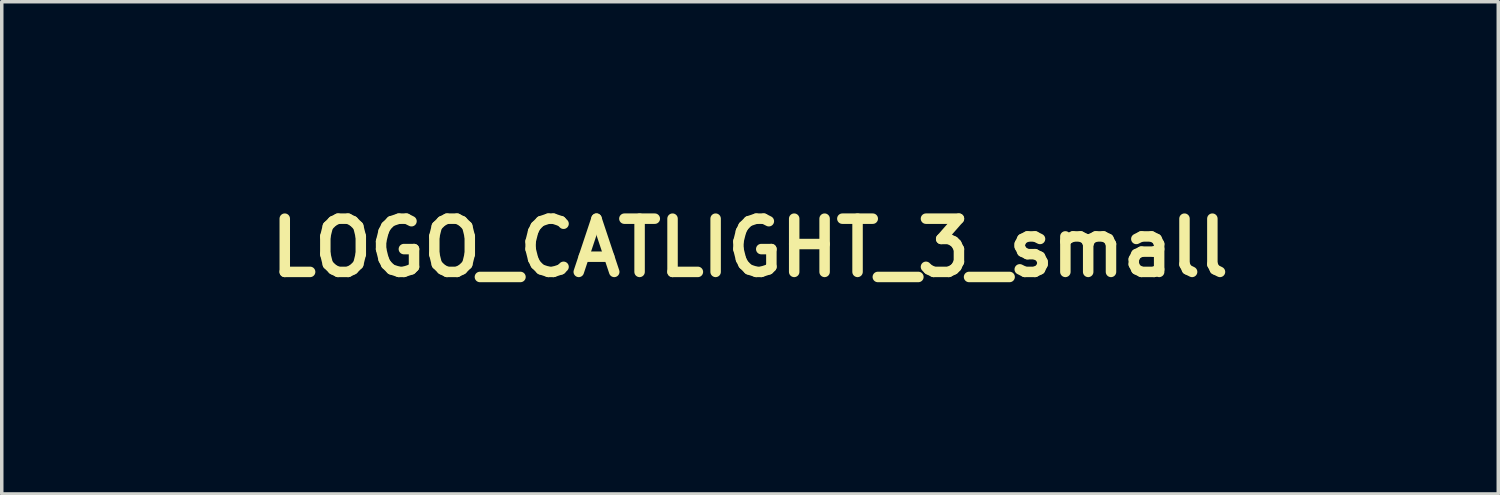
<source format=kicad_pcb>
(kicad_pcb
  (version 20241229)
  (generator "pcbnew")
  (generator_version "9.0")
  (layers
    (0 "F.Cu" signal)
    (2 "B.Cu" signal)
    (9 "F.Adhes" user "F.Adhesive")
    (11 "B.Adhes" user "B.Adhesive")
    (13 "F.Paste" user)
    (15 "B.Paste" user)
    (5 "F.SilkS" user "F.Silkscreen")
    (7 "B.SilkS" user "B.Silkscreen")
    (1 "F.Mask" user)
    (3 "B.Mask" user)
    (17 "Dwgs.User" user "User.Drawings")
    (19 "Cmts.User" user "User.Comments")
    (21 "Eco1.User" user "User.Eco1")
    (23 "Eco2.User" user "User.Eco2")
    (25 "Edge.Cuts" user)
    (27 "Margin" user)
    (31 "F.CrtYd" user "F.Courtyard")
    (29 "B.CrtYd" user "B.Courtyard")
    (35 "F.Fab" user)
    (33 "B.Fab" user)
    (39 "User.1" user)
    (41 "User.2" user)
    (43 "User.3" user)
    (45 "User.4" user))
  (footprint "LOGO_CATLIGHT_3_small"
    (layer "F.Cu")
    (at 18.421 4.046)
    (property "Reference" "LOGO_CATLIGHT_3_small" (at 0 0 0) (layer "F.SilkS") (effects (font (size 1.524 1.524) (thickness 0.3))))
    (attr board_only exclude_from_pos_files exclude_from_bom)
    (fp_poly (pts (xy 6.848 -0.356) (xy 7.001 -0.35) (xy 7.001 0.35) (xy 6.848 0.356) (xy 6.694 0.362) (xy 6.694 -0.362)) (stroke (width 0) (type solid)) (fill yes) (layer "F.Mask"))
    (fp_poly (pts (xy 7.258 -0.589) (xy 7.404 -0.583) (xy 7.415 0.593) (xy 7.258 0.593) (xy 7.173 0.591) (xy 7.121 0.584) (xy 7.095 0.57) (xy 7.088 0.56) (xy 7.084 0.527) (xy 7.081 0.46) (xy 7.078 0.366) (xy 7.077 0.251) (xy 7.076 0.122) (xy 7.076 -0.013) (xy 7.077 -0.147) (xy 7.079 -0.274) (xy 7.082 -0.387) (xy 7.085 -0.478) (xy 7.089 -0.541) (xy 7.094 -0.568) (xy 7.122 -0.584) (xy 7.183 -0.59)) (stroke (width 0) (type solid)) (fill yes) (layer "F.Mask"))
    (fp_poly (pts (xy 2.254 -0.154) (xy 2.195 -0.07) (xy 2.123 0.032) (xy 2.041 0.149) (xy 1.952 0.275) (xy 1.859 0.405) (xy 1.766 0.535) (xy 1.677 0.661) (xy 1.594 0.776) (xy 1.521 0.877) (xy 1.462 0.959) (xy 1.42 1.016) (xy 1.399 1.045) (xy 1.397 1.047) (xy 1.376 1.047) (xy 1.363 1.026) (xy 1.341 0.966) (xy 1.312 0.88) (xy 1.278 0.778) (xy 1.242 0.664) (xy 1.206 0.548) (xy 1.171 0.435) (xy 1.14 0.333) (xy 1.116 0.249) (xy 1.1 0.191) (xy 1.095 0.165) (xy 1.095 0.164) (xy 1.118 0.158) (xy 1.176 0.153) (xy 1.258 0.15) (xy 1.357 0.148) (xy 1.455 0.147) (xy 1.535 0.144) (xy 1.589 0.139) (xy 1.61 0.133) (xy 1.61 0.132) (xy 1.603 0.107) (xy 1.587 0.05) (xy 1.562 -0.03) (xy 1.535 -0.115) (xy 1.506 -0.207) (xy 1.483 -0.283) (xy 1.467 -0.334) (xy 1.462 -0.353) (xy 1.482 -0.355) (xy 1.538 -0.357) (xy 1.625 -0.358) (xy 1.736 -0.359) (xy 1.866 -0.36) (xy 1.929 -0.36) (xy 2.397 -0.36)) (stroke (width 0) (type solid)) (fill yes) (layer "F.Mask"))
    (fp_poly (pts (xy 11.079 -0.339) (xy 12.242 -0.339) (xy 12.498 -0.339) (xy 12.714 -0.338) (xy 12.894 -0.339) (xy 13.042 -0.34) (xy 13.16 -0.342) (xy 13.252 -0.347) (xy 13.321 -0.354) (xy 13.37 -0.363) (xy 13.403 -0.376) (xy 13.422 -0.393) (xy 13.432 -0.415) (xy 13.434 -0.441) (xy 13.433 -0.473) (xy 13.431 -0.51) (xy 13.431 -0.521) (xy 13.431 -0.636) (xy 14.236 -0.636) (xy 14.236 0.678) (xy 13.431 0.678) (xy 13.431 0.584) (xy 13.432 0.55) (xy 13.433 0.521) (xy 13.432 0.496) (xy 13.423 0.476) (xy 13.406 0.46) (xy 13.375 0.448) (xy 13.329 0.439) (xy 13.263 0.432) (xy 13.175 0.428) (xy 13.061 0.425) (xy 12.918 0.424) (xy 12.743 0.423) (xy 12.533 0.423) (xy 12.284 0.424) (xy 12.242 0.424) (xy 11.08 0.424) (xy 11.074 1.34) (xy 11.069 2.256) (xy 10.686 2.262) (xy 10.563 2.263) (xy 10.455 2.262) (xy 10.368 2.26) (xy 10.31 2.257) (xy 10.289 2.253) (xy 10.287 2.23) (xy 10.285 2.168) (xy 10.283 2.069) (xy 10.282 1.936) (xy 10.28 1.772) (xy 10.279 1.58) (xy 10.277 1.362) (xy 10.276 1.122) (xy 10.275 0.862) (xy 10.275 0.584) (xy 10.274 0.293) (xy 10.274 0.06) (xy 10.274 -2.118) (xy 11.079 -2.118)) (stroke (width 0) (type solid)) (fill yes) (layer "F.Mask"))
    (fp_poly (pts (xy 8.813 -1.358) (xy 7.738 -1.351) (xy 7.496 -1.349) (xy 7.294 -1.348) (xy 7.126 -1.346) (xy 6.988 -1.344) (xy 6.877 -1.342) (xy 6.789 -1.339) (xy 6.72 -1.335) (xy 6.666 -1.33) (xy 6.622 -1.324) (xy 6.586 -1.316) (xy 6.553 -1.307) (xy 6.519 -1.296) (xy 6.514 -1.295) (xy 6.403 -1.255) (xy 6.319 -1.219) (xy 6.251 -1.178) (xy 6.183 -1.125) (xy 6.126 -1.072) (xy 6.016 -0.946) (xy 5.928 -0.792) (xy 5.857 -0.606) (xy 5.842 -0.554) (xy 5.826 -0.493) (xy 5.815 -0.433) (xy 5.807 -0.366) (xy 5.801 -0.285) (xy 5.798 -0.181) (xy 5.796 -0.048) (xy 5.796 0.064) (xy 5.796 0.219) (xy 5.797 0.34) (xy 5.8 0.434) (xy 5.806 0.509) (xy 5.815 0.572) (xy 5.827 0.632) (xy 5.843 0.695) (xy 5.843 0.697) (xy 5.912 0.9) (xy 6 1.068) (xy 6.109 1.204) (xy 6.241 1.312) (xy 6.31 1.353) (xy 6.385 1.39) (xy 6.458 1.421) (xy 6.533 1.445) (xy 6.618 1.463) (xy 6.717 1.475) (xy 6.836 1.484) (xy 6.982 1.489) (xy 7.16 1.492) (xy 7.319 1.492) (xy 7.912 1.493) (xy 8.034 1.437) (xy 8.152 1.359) (xy 8.24 1.253) (xy 8.297 1.117) (xy 8.323 0.953) (xy 8.325 0.89) (xy 8.317 0.748) (xy 8.289 0.634) (xy 8.24 0.535) (xy 8.235 0.528) (xy 8.181 0.465) (xy 8.115 0.41) (xy 8.05 0.372) (xy 8.005 0.36) (xy 7.988 0.363) (xy 7.977 0.377) (xy 7.97 0.409) (xy 7.967 0.465) (xy 7.965 0.553) (xy 7.965 0.626) (xy 7.965 0.891) (xy 7.738 0.885) (xy 7.51 0.879) (xy 7.51 -0.858) (xy 7.955 -0.858) (xy 7.967 -0.363) (xy 8.067 -0.349) (xy 8.29 -0.302) (xy 8.484 -0.224) (xy 8.649 -0.116) (xy 8.785 0.023) (xy 8.893 0.193) (xy 8.905 0.217) (xy 8.955 0.332) (xy 8.991 0.436) (xy 9.015 0.542) (xy 9.028 0.661) (xy 9.034 0.805) (xy 9.034 0.9) (xy 9.029 1.089) (xy 9.013 1.246) (xy 8.986 1.384) (xy 8.943 1.513) (xy 8.892 1.63) (xy 8.813 1.757) (xy 8.706 1.885) (xy 8.583 2.001) (xy 8.455 2.093) (xy 8.417 2.114) (xy 8.321 2.161) (xy 8.227 2.197) (xy 8.127 2.225) (xy 8.014 2.246) (xy 7.881 2.26) (xy 7.721 2.27) (xy 7.527 2.275) (xy 7.478 2.276) (xy 7.323 2.278) (xy 7.167 2.278) (xy 7.02 2.276) (xy 6.893 2.273) (xy 6.795 2.269) (xy 6.779 2.268) (xy 6.474 2.228) (xy 6.197 2.157) (xy 5.949 2.054) (xy 5.73 1.921) (xy 5.539 1.756) (xy 5.377 1.56) (xy 5.244 1.334) (xy 5.14 1.076) (xy 5.064 0.787) (xy 5.018 0.467) (xy 5 0.116) (xy 5 0.07) (xy 5.012 -0.271) (xy 5.05 -0.579) (xy 5.113 -0.856) (xy 5.202 -1.104) (xy 5.319 -1.327) (xy 5.464 -1.525) (xy 5.599 -1.665) (xy 5.8 -1.824) (xy 6.028 -1.95) (xy 6.282 -2.044) (xy 6.565 -2.106) (xy 6.641 -2.116) (xy 6.71 -2.122) (xy 6.816 -2.127) (xy 6.957 -2.131) (xy 7.129 -2.134) (xy 7.327 -2.137) (xy 7.547 -2.139) (xy 7.785 -2.14) (xy 7.822 -2.14) (xy 8.813 -2.14)) (stroke (width 0) (type solid)) (fill yes) (layer "F.Mask"))
    (fp_poly (pts (xy 18.43 -2.627) (xy 17.355 -2.622) (xy 16.28 -2.616) (xy 16.275 -1.901) (xy 16.269 -1.187) (xy 15.258 -1.181) (xy 14.246 -1.176) (xy 14.24 -1.054) (xy 14.234 -0.932) (xy 13.431 -0.932) (xy 13.431 -2.118) (xy 14.234 -2.118) (xy 14.246 -1.832) (xy 14.739 -1.827) (xy 15.232 -1.821) (xy 15.227 -2.219) (xy 15.221 -2.616) (xy 9.242 -2.622) (xy 3.262 -2.627) (xy 3.262 -1.123) (xy 4.004 -1.123) (xy 4.004 -0.53) (xy 3.517 -0.525) (xy 3.031 -0.519) (xy 3.56 0.268) (xy 3.669 0.432) (xy 3.771 0.585) (xy 3.863 0.724) (xy 3.942 0.845) (xy 4.007 0.945) (xy 4.054 1.019) (xy 4.082 1.065) (xy 4.089 1.079) (xy 4.07 1.088) (xy 4.014 1.094) (xy 3.919 1.099) (xy 3.785 1.101) (xy 3.665 1.102) (xy 3.241 1.102) (xy 3.241 2.839) (xy 15.253 2.839) (xy 15.253 1.863) (xy 14.75 1.869) (xy 14.246 1.875) (xy 14.236 2.065) (xy 14.225 2.256) (xy 13.441 2.256) (xy 13.436 1.615) (xy 13.43 0.974) (xy 14.236 0.974) (xy 14.236 1.101) (xy 14.238 1.173) (xy 14.245 1.213) (xy 14.262 1.232) (xy 14.284 1.24) (xy 14.316 1.242) (xy 14.386 1.245) (xy 14.486 1.246) (xy 14.611 1.247) (xy 14.756 1.247) (xy 14.915 1.246) (xy 14.967 1.245) (xy 15.602 1.239) (xy 15.608 0.789) (xy 15.614 0.339) (xy 15.119 0.339) (xy 14.9 0.498) (xy 14.815 0.558) (xy 14.743 0.607) (xy 14.689 0.642) (xy 14.661 0.657) (xy 14.66 0.657) (xy 14.653 0.636) (xy 14.647 0.574) (xy 14.643 0.473) (xy 14.64 0.333) (xy 14.639 0.158) (xy 14.638 0.021) (xy 14.639 -0.168) (xy 14.64 -0.318) (xy 14.642 -0.433) (xy 14.646 -0.517) (xy 14.65 -0.572) (xy 14.656 -0.603) (xy 14.664 -0.614) (xy 14.665 -0.614) (xy 14.692 -0.601) (xy 14.744 -0.569) (xy 14.815 -0.52) (xy 14.892 -0.465) (xy 15.093 -0.318) (xy 16.248 -0.318) (xy 16.248 4.026) (xy 8.543 4.019) (xy 7.861 4.018) (xy 7.221 4.018) (xy 6.62 4.017) (xy 6.058 4.017) (xy 5.533 4.016) (xy 5.044 4.016) (xy 4.59 4.015) (xy 4.169 4.014) (xy 3.779 4.014) (xy 3.42 4.013) (xy 3.091 4.012) (xy 2.79 4.011) (xy 2.515 4.01) (xy 2.266 4.009) (xy 2.041 4.008) (xy 1.838 4.007) (xy 1.657 4.006) (xy 1.497 4.005) (xy 1.355 4.003) (xy 1.231 4.002) (xy 1.123 4) (xy 1.03 3.998) (xy 0.95 3.996) (xy 0.884 3.994) (xy 0.828 3.992) (xy 0.782 3.99) (xy 0.744 3.987) (xy 0.713 3.984) (xy 0.689 3.981) (xy 0.669 3.978) (xy 0.657 3.976) (xy 0.334 3.894) (xy 0.045 3.785) (xy -0.213 3.648) (xy -0.439 3.484) (xy -0.633 3.292) (xy -0.796 3.072) (xy -0.928 2.823) (xy -1.029 2.545) (xy -1.064 2.41) (xy -1.071 2.379) (xy -1.078 2.349) (xy -1.083 2.316) (xy -1.088 2.28) (xy -1.093 2.236) (xy -1.097 2.182) (xy -1.1 2.117) (xy -1.103 2.037) (xy -1.106 1.941) (xy -1.108 1.825) (xy -1.11 1.687) (xy -1.112 1.524) (xy -1.113 1.335) (xy -1.115 1.117) (xy -1.116 0.866) (xy -1.118 0.582) (xy -1.12 0.261) (xy -1.121 -0.1) (xy -1.122 -0.201) (xy -1.133 -2.616) (xy 0.053 -2.616) (xy 0.053 -0.339) (xy 0.053 0.022) (xy 0.053 0.343) (xy 0.053 0.627) (xy 0.054 0.876) (xy 0.054 1.093) (xy 0.055 1.28) (xy 0.056 1.44) (xy 0.058 1.575) (xy 0.06 1.688) (xy 0.062 1.781) (xy 0.065 1.857) (xy 0.068 1.918) (xy 0.072 1.968) (xy 0.076 2.008) (xy 0.081 2.04) (xy 0.087 2.068) (xy 0.093 2.094) (xy 0.143 2.236) (xy 0.217 2.373) (xy 0.305 2.491) (xy 0.377 2.56) (xy 0.514 2.649) (xy 0.677 2.726) (xy 0.854 2.787) (xy 1.027 2.824) (xy 1.064 2.826) (xy 1.136 2.828) (xy 1.241 2.83) (xy 1.371 2.832) (xy 1.521 2.834) (xy 1.686 2.835) (xy 1.795 2.836) (xy 2.5 2.839) (xy 2.5 1.102) (xy 2.087 1.102) (xy 1.925 1.101) (xy 1.804 1.097) (xy 1.723 1.092) (xy 1.681 1.085) (xy 1.674 1.079) (xy 1.685 1.057) (xy 1.718 1.004) (xy 1.77 0.922) (xy 1.838 0.817) (xy 1.921 0.691) (xy 2.015 0.549) (xy 2.119 0.393) (xy 2.203 0.268) (xy 2.732 -0.519) (xy 1.779 -0.53) (xy 1.779 -1.122) (xy 2.145 -1.128) (xy 2.51 -1.133) (xy 2.51 -2.616) (xy 0.053 -2.616) (xy -1.133 -2.616) (xy -1.668 -2.616) (xy -1.798 -2.616) (xy -1.962 -2.616) (xy -2.156 -2.615) (xy -2.373 -2.614) (xy -2.605 -2.614) (xy -2.846 -2.613) (xy -3.089 -2.612) (xy -3.328 -2.611) (xy -3.347 -2.611) (xy -4.491 -2.606) (xy -4.491 4.047) (xy -6.234 4.036) (xy -6.632 3.029) (xy -6.711 2.832) (xy -6.784 2.646) (xy -6.853 2.475) (xy -6.913 2.323) (xy -6.965 2.193) (xy -7.006 2.09) (xy -7.036 2.017) (xy -7.052 1.979) (xy -7.053 1.975) (xy -7.062 1.958) (xy -7.074 1.946) (xy -7.097 1.938) (xy -7.135 1.933) (xy -7.195 1.93) (xy -7.282 1.93) (xy -7.404 1.932) (xy -7.473 1.933) (xy -7.87 1.938) (xy -7.883 2.224) (xy -10.103 2.224) (xy -10.116 1.938) (xy -10.467 1.933) (xy -10.607 1.931) (xy -10.71 1.932) (xy -10.779 1.936) (xy -10.821 1.944) (xy -10.84 1.954) (xy -10.853 1.98) (xy -10.88 2.04) (xy -10.918 2.128) (xy -10.966 2.24) (xy -11.02 2.371) (xy -11.079 2.513) (xy -11.087 2.532) (xy -11.16 2.709) (xy -11.24 2.905) (xy -11.323 3.107) (xy -11.404 3.302) (xy -11.476 3.478) (xy -11.51 3.559) (xy -11.707 4.036) (xy -12.447 4.037) (xy -12.622 4.037) (xy -12.832 4.036) (xy -13.067 4.035) (xy -13.321 4.033) (xy -13.585 4.032) (xy -13.85 4.029) (xy -14.109 4.027) (xy -14.321 4.025) (xy -14.572 4.022) (xy -14.786 4.019) (xy -14.965 4.016) (xy -15.115 4.013) (xy -15.239 4.009) (xy -15.341 4.005) (xy -15.425 4.001) (xy -15.497 3.995) (xy -15.559 3.988) (xy -15.616 3.98) (xy -15.672 3.971) (xy -15.7 3.966) (xy -16.065 3.882) (xy -16.398 3.775) (xy -16.703 3.641) (xy -16.983 3.48) (xy -17.243 3.29) (xy -17.263 3.274) (xy -17.492 3.059) (xy -17.696 2.817) (xy -17.874 2.547) (xy -18.027 2.247) (xy -18.157 1.916) (xy -18.263 1.553) (xy -18.346 1.155) (xy -18.381 0.932) (xy -18.395 0.802) (xy -18.407 0.638) (xy -18.415 0.448) (xy -18.42 0.24) (xy -18.421 0.023) (xy -18.421 -0.011) (xy -17.021 -0.011) (xy -17.021 0.186) (xy -17.019 0.346) (xy -17.016 0.477) (xy -17.011 0.586) (xy -17.004 0.678) (xy -16.994 0.761) (xy -16.983 0.831) (xy -16.917 1.149) (xy -16.832 1.431) (xy -16.727 1.677) (xy -16.599 1.891) (xy -16.449 2.074) (xy -16.273 2.228) (xy -16.072 2.355) (xy -15.844 2.456) (xy -15.792 2.474) (xy -15.658 2.513) (xy -15.498 2.548) (xy -15.331 2.577) (xy -15.173 2.596) (xy -15.078 2.602) (xy -14.977 2.606) (xy -14.977 2.419) (xy -14.968 2.252) (xy -14.94 2.117) (xy -14.891 2.005) (xy -14.839 1.933) (xy -14.804 1.893) (xy -14.784 1.867) (xy -14.784 1.849) (xy -14.809 1.836) (xy -14.863 1.824) (xy -14.951 1.808) (xy -14.998 1.8) (xy -15.245 1.739) (xy -15.46 1.649) (xy -15.644 1.53) (xy -15.797 1.383) (xy -15.919 1.207) (xy -16.009 1.002) (xy -16.07 0.767) (xy -16.077 0.724) (xy -16.101 0.473) (xy -16.091 0.245) (xy -16.046 0.037) (xy -15.966 -0.154) (xy -15.875 -0.3) (xy -15.834 -0.36) (xy -15.817 -0.4) (xy -15.818 -0.436) (xy -15.825 -0.456) (xy -15.851 -0.565) (xy -15.86 -0.699) (xy -15.852 -0.842) (xy -15.827 -0.981) (xy -15.826 -0.984) (xy -15.803 -1.064) (xy -15.779 -1.128) (xy -15.76 -1.164) (xy -15.756 -1.168) (xy -15.704 -1.179) (xy -15.623 -1.171) (xy -15.521 -1.147) (xy -15.405 -1.107) (xy -15.283 -1.056) (xy -15.162 -0.994) (xy -15.114 -0.967) (xy -14.962 -0.876) (xy -14.781 -0.912) (xy -14.55 -0.948) (xy -14.309 -0.965) (xy -14.069 -0.963) (xy -13.841 -0.943) (xy -13.639 -0.905) (xy -13.625 -0.901) (xy -13.511 -0.871) (xy -13.328 -0.976) (xy -13.21 -1.038) (xy -13.088 -1.093) (xy -12.971 -1.136) (xy -12.868 -1.165) (xy -12.787 -1.177) (xy -12.751 -1.175) (xy -12.71 -1.157) (xy -12.68 -1.118) (xy -12.658 -1.063) (xy -12.629 -0.947) (xy -12.612 -0.808) (xy -12.609 -0.666) (xy -12.62 -0.538) (xy -12.625 -0.513) (xy -12.651 -0.389) (xy -12.565 -0.266) (xy -12.494 -0.156) (xy -12.444 -0.053) (xy -12.41 0.055) (xy -12.389 0.179) (xy -12.378 0.332) (xy -12.377 0.363) (xy -12.382 0.635) (xy -12.42 0.879) (xy -12.489 1.095) (xy -12.591 1.284) (xy -12.725 1.446) (xy -12.891 1.58) (xy -13.09 1.687) (xy -13.321 1.767) (xy -13.371 1.779) (xy -13.46 1.799) (xy -13.539 1.814) (xy -13.595 1.821) (xy -13.604 1.822) (xy -13.656 1.83) (xy -13.673 1.855) (xy -13.654 1.9) (xy -13.616 1.949) (xy -13.564 2.021) (xy -13.527 2.101) (xy -13.501 2.199) (xy -13.485 2.325) (xy -13.479 2.408) (xy -13.467 2.606) (xy -13.031 2.606) (xy -12.594 2.606) (xy -12.497 2.367) (xy -12.443 2.238) (xy -12.379 2.081) (xy -12.304 1.9) (xy -12.22 1.697) (xy -12.219 1.695) (xy -10.738 1.695) (xy -10.107 1.695) (xy -10.094 1.409) (xy -7.891 1.409) (xy -7.87 1.684) (xy -7.161 1.696) (xy -7.201 1.595) (xy -7.215 1.56) (xy -7.243 1.488) (xy -7.284 1.384) (xy -7.337 1.249) (xy -7.401 1.088) (xy -7.475 0.903) (xy -7.556 0.698) (xy -7.644 0.475) (xy -7.738 0.237) (xy -7.837 -0.011) (xy -7.889 -0.144) (xy -7.989 -0.396) (xy -8.085 -0.638) (xy -8.176 -0.866) (xy -8.26 -1.078) (xy -8.337 -1.27) (xy -8.405 -1.44) (xy -8.463 -1.584) (xy -8.51 -1.7) (xy -8.544 -1.783) (xy -8.564 -1.833) (xy -8.569 -1.844) (xy -8.641 -1.939) (xy -8.736 -2.005) (xy -8.846 -2.041) (xy -8.962 -2.045) (xy -9.076 -2.016) (xy -9.173 -1.956) (xy -9.228 -1.898) (xy -9.274 -1.83) (xy -9.277 -1.824) (xy -9.291 -1.795) (xy -9.319 -1.729) (xy -9.36 -1.63) (xy -9.414 -1.502) (xy -9.479 -1.347) (xy -9.553 -1.169) (xy -9.636 -0.971) (xy -9.725 -0.756) (xy -9.82 -0.528) (xy -9.919 -0.289) (xy -10.022 -0.042) (xy -10.125 0.208) (xy -10.229 0.46) (xy -10.332 0.709) (xy -10.433 0.953) (xy -10.53 1.188) (xy -10.622 1.411) (xy -10.632 1.435) (xy -10.738 1.695) (xy -12.219 1.695) (xy -12.128 1.475) (xy -12.03 1.237) (xy -11.926 0.986) (xy -11.817 0.724) (xy -11.706 0.455) (xy -11.592 0.182) (xy -11.478 -0.093) (xy -11.364 -0.367) (xy -11.252 -0.637) (xy -11.142 -0.901) (xy -11.037 -1.154) (xy -10.937 -1.395) (xy -10.843 -1.62) (xy -10.757 -1.827) (xy -10.679 -2.012) (xy -10.611 -2.174) (xy -10.555 -2.308) (xy -10.511 -2.413) (xy -10.48 -2.485) (xy -10.464 -2.522) (xy -10.463 -2.525) (xy -10.438 -2.577) (xy -10.437 -2.579) (xy -7.385 -2.579) (xy -7.376 -2.556) (xy -7.351 -2.496) (xy -7.314 -2.403) (xy -7.264 -2.278) (xy -7.202 -2.126) (xy -7.131 -1.948) (xy -7.051 -1.747) (xy -6.962 -1.526) (xy -6.867 -1.288) (xy -6.766 -1.036) (xy -6.661 -0.772) (xy -6.638 -0.715) (xy -6.532 -0.45) (xy -6.43 -0.196) (xy -6.334 0.044) (xy -6.244 0.266) (xy -6.163 0.469) (xy -6.09 0.65) (xy -6.027 0.805) (xy -5.975 0.933) (xy -5.935 1.03) (xy -5.909 1.094) (xy -5.897 1.122) (xy -5.896 1.123) (xy -5.895 1.102) (xy -5.894 1.042) (xy -5.893 0.946) (xy -5.892 0.816) (xy -5.892 0.656) (xy -5.891 0.469) (xy -5.89 0.258) (xy -5.89 0.025) (xy -5.89 -0.226) (xy -5.889 -0.492) (xy -5.889 -0.741) (xy -5.889 -2.606) (xy -6.644 -2.606) (xy -6.849 -2.605) (xy -7.016 -2.604) (xy -7.147 -2.603) (xy -7.246 -2.6) (xy -7.316 -2.597) (xy -7.36 -2.592) (xy -7.382 -2.586) (xy -7.385 -2.579) (xy -10.437 -2.579) (xy -10.424 -2.611) (xy -10.423 -2.616) (xy -10.443 -2.618) (xy -10.504 -2.619) (xy -10.601 -2.62) (xy -10.733 -2.621) (xy -10.897 -2.622) (xy -11.09 -2.623) (xy -11.31 -2.623) (xy -11.553 -2.623) (xy -11.818 -2.623) (xy -12.101 -2.623) (xy -12.4 -2.622) (xy -12.712 -2.622) (xy -12.864 -2.621) (xy -15.306 -2.614) (xy -15.517 -2.566) (xy -15.787 -2.49) (xy -16.026 -2.392) (xy -16.235 -2.269) (xy -16.417 -2.119) (xy -16.573 -1.941) (xy -16.704 -1.732) (xy -16.813 -1.49) (xy -16.902 -1.214) (xy -16.971 -0.901) (xy -16.973 -0.89) (xy -16.988 -0.806) (xy -16.999 -0.728) (xy -17.007 -0.649) (xy -17.013 -0.562) (xy -17.017 -0.46) (xy -17.02 -0.336) (xy -17.021 -0.183) (xy -17.021 -0.011) (xy -18.421 -0.011) (xy -18.42 -0.195) (xy -18.416 -0.407) (xy -18.409 -0.603) (xy -18.399 -0.776) (xy -18.386 -0.918) (xy -18.381 -0.953) (xy -18.311 -1.361) (xy -18.219 -1.735) (xy -18.104 -2.075) (xy -17.967 -2.385) (xy -17.804 -2.667) (xy -17.616 -2.923) (xy -17.402 -3.154) (xy -17.392 -3.164) (xy -17.131 -3.386) (xy -16.848 -3.576) (xy -16.54 -3.733) (xy -16.206 -3.859) (xy -15.845 -3.953) (xy -15.456 -4.017) (xy -15.397 -4.024) (xy -15.366 -4.025) (xy -15.302 -4.027) (xy -15.204 -4.028) (xy -15.072 -4.03) (xy -14.906 -4.031) (xy -14.705 -4.032) (xy -14.47 -4.033) (xy -14.199 -4.034) (xy -13.893 -4.035) (xy -13.55 -4.036) (xy -13.172 -4.037) (xy -12.757 -4.038) (xy -12.306 -4.039) (xy -11.817 -4.04) (xy -11.291 -4.041) (xy -10.728 -4.041) (xy -10.126 -4.042) (xy -9.486 -4.043) (xy -8.808 -4.043) (xy -8.09 -4.044) (xy -7.334 -4.044) (xy -6.538 -4.045) (xy -5.702 -4.045) (xy -4.826 -4.045) (xy -3.909 -4.046) (xy -2.952 -4.046) (xy -1.954 -4.046) (xy -0.914 -4.046) (xy 0.167 -4.046) (xy 1.29 -4.046) (xy 1.62 -4.046) (xy 18.43 -4.046)) (stroke (width 0) (type solid)) (fill yes) (layer "F.Mask")))
  (gr_rect
    (start -3 -3)
    (end 39.852 11.093)
    (stroke (width 0.1) (type default))
    (fill no)
    (layer "Edge.Cuts")))
</source>
